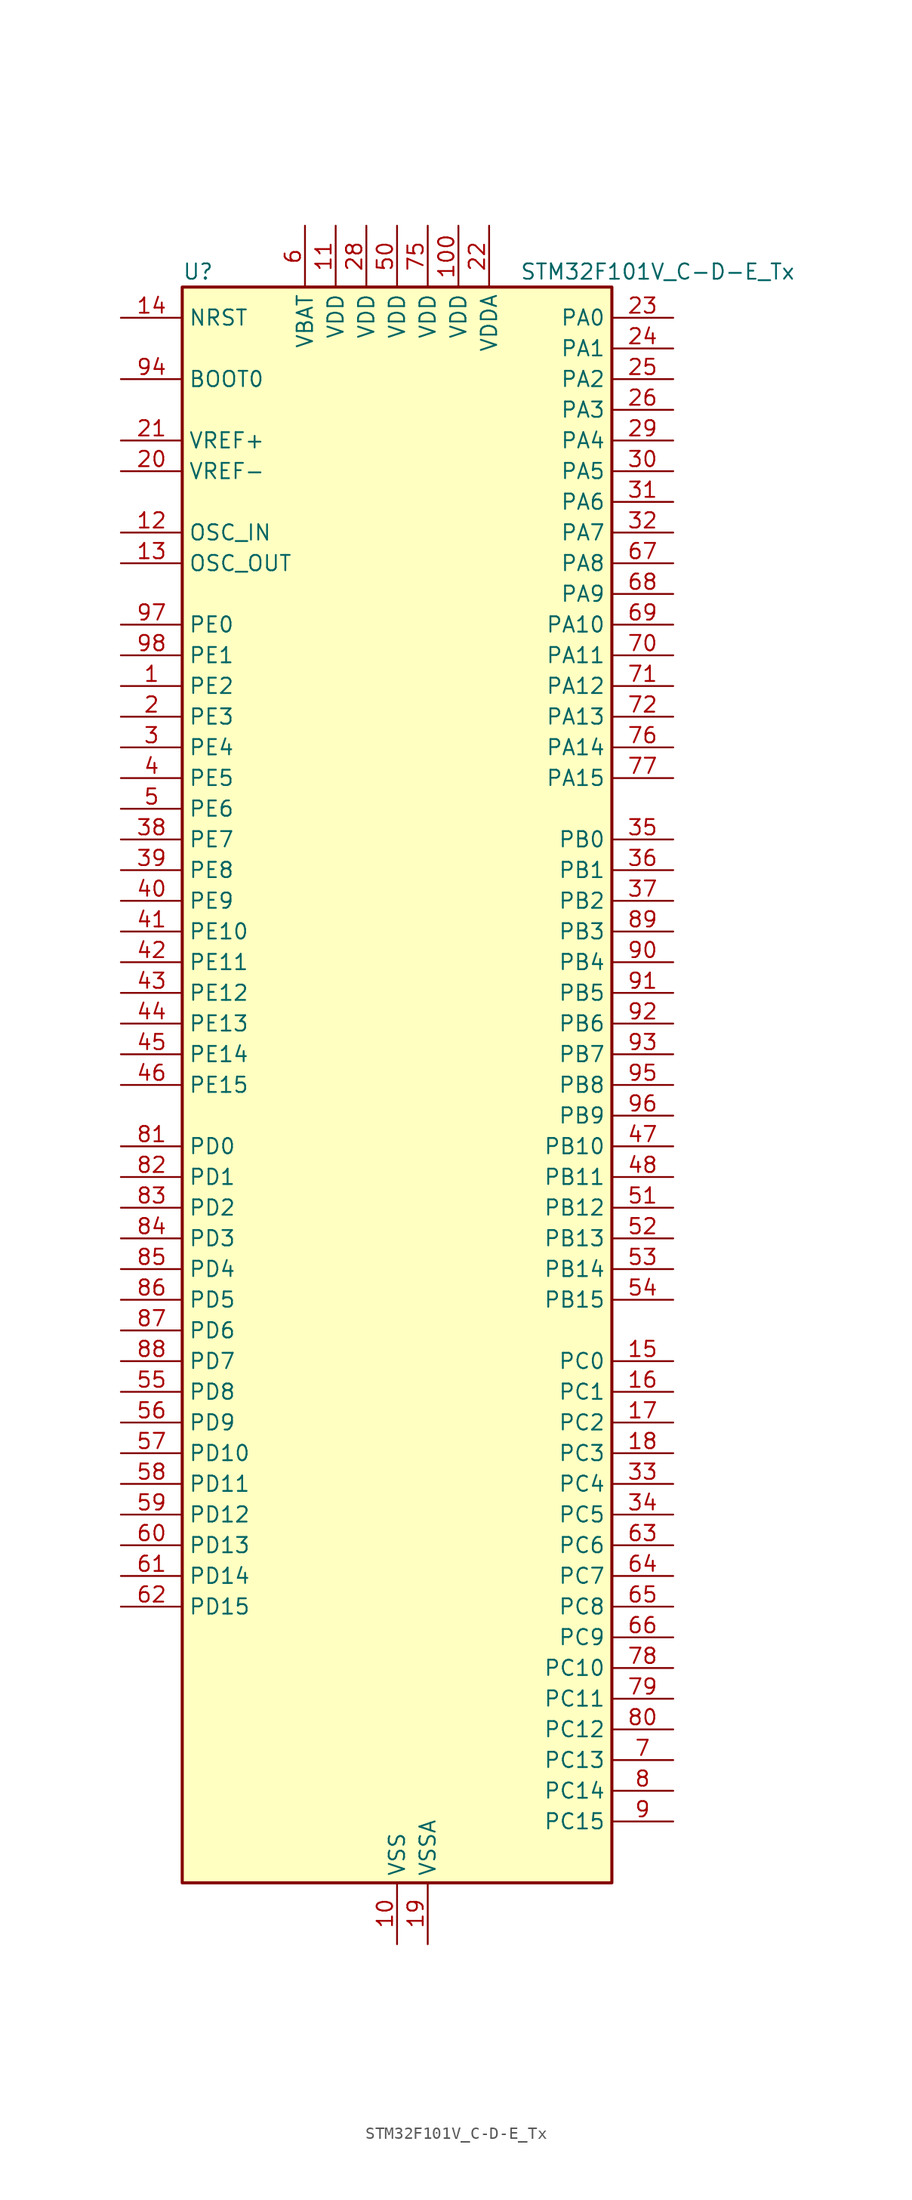
<source format=kicad_sym>
(kicad_symbol_lib
  (version 20220914)
  (generator kicad_symbol_editor)
  (symbol "STM32F101V_C-D-E_Tx"
    (property "Reference" "U"
      (at -17.78 67.31 0)
      (effects (font (size 1.27 1.27)) (justify left)))
    (property "Value" "STM32F101V_C-D-E_Tx"
      (at 10.16 67.31 0)
      (effects (font (size 1.27 1.27)) (justify left)))
    (property "ki_locked" ""
      (at 0 0 0)
      (effects (font (size 1.27 1.27))))
    (symbol "STM32F101V_C-D-E_Tx_0_1"
      (rectangle (start -17.78 -66.04) (end 17.78 66.04) (stroke (width 0.254) (type default)) (fill (type background))))
    (symbol "STM32F101V_C-D-E_Tx_1_1"
      (pin bidirectional line (at -22.86 33.02 0) (length 5.08) (name "PE2" (effects (font (size 1.27 1.27)))) (number "1" (effects (font (size 1.27 1.27)))) (alternate "FSMC_A23" bidirectional line) (alternate "SYS_TRACECLK" bidirectional line))
      (pin power_in line (at 0 -71.12 90) (length 5.08) (name "VSS" (effects (font (size 1.27 1.27)))) (number "10" (effects (font (size 1.27 1.27)))))
      (pin power_in line (at 5.08 71.12 270) (length 5.08) (name "VDD" (effects (font (size 1.27 1.27)))) (number "100" (effects (font (size 1.27 1.27)))))
      (pin power_in line (at -5.08 71.12 270) (length 5.08) (name "VDD" (effects (font (size 1.27 1.27)))) (number "11" (effects (font (size 1.27 1.27)))))
      (pin input line (at -22.86 45.72 0) (length 5.08) (name "OSC_IN" (effects (font (size 1.27 1.27)))) (number "12" (effects (font (size 1.27 1.27)))) (alternate "RCC_OSC_IN" bidirectional line))
      (pin input line (at -22.86 43.18 0) (length 5.08) (name "OSC_OUT" (effects (font (size 1.27 1.27)))) (number "13" (effects (font (size 1.27 1.27)))) (alternate "RCC_OSC_OUT" bidirectional line))
      (pin input line (at -22.86 63.5 0) (length 5.08) (name "NRST" (effects (font (size 1.27 1.27)))) (number "14" (effects (font (size 1.27 1.27)))))
      (pin bidirectional line (at 22.86 -22.86 180) (length 5.08) (name "PC0" (effects (font (size 1.27 1.27)))) (number "15" (effects (font (size 1.27 1.27)))) (alternate "ADC1_IN10" bidirectional line))
      (pin bidirectional line (at 22.86 -25.4 180) (length 5.08) (name "PC1" (effects (font (size 1.27 1.27)))) (number "16" (effects (font (size 1.27 1.27)))) (alternate "ADC1_IN11" bidirectional line))
      (pin bidirectional line (at 22.86 -27.94 180) (length 5.08) (name "PC2" (effects (font (size 1.27 1.27)))) (number "17" (effects (font (size 1.27 1.27)))) (alternate "ADC1_IN12" bidirectional line))
      (pin bidirectional line (at 22.86 -30.48 180) (length 5.08) (name "PC3" (effects (font (size 1.27 1.27)))) (number "18" (effects (font (size 1.27 1.27)))) (alternate "ADC1_IN13" bidirectional line))
      (pin power_in line (at 2.54 -71.12 90) (length 5.08) (name "VSSA" (effects (font (size 1.27 1.27)))) (number "19" (effects (font (size 1.27 1.27)))))
      (pin bidirectional line (at -22.86 30.48 0) (length 5.08) (name "PE3" (effects (font (size 1.27 1.27)))) (number "2" (effects (font (size 1.27 1.27)))) (alternate "FSMC_A19" bidirectional line) (alternate "SYS_TRACED0" bidirectional line))
      (pin input line (at -22.86 50.8 0) (length 5.08) (name "VREF-" (effects (font (size 1.27 1.27)))) (number "20" (effects (font (size 1.27 1.27)))))
      (pin input line (at -22.86 53.34 0) (length 5.08) (name "VREF+" (effects (font (size 1.27 1.27)))) (number "21" (effects (font (size 1.27 1.27)))))
      (pin power_in line (at 7.62 71.12 270) (length 5.08) (name "VDDA" (effects (font (size 1.27 1.27)))) (number "22" (effects (font (size 1.27 1.27)))))
      (pin bidirectional line (at 22.86 63.5 180) (length 5.08) (name "PA0" (effects (font (size 1.27 1.27)))) (number "23" (effects (font (size 1.27 1.27)))) (alternate "ADC1_IN0" bidirectional line) (alternate "SYS_WKUP" bidirectional line) (alternate "TIM2_CH1" bidirectional line) (alternate "TIM2_ETR" bidirectional line) (alternate "TIM5_CH1" bidirectional line) (alternate "USART2_CTS" bidirectional line))
      (pin bidirectional line (at 22.86 60.96 180) (length 5.08) (name "PA1" (effects (font (size 1.27 1.27)))) (number "24" (effects (font (size 1.27 1.27)))) (alternate "ADC1_IN1" bidirectional line) (alternate "TIM2_CH2" bidirectional line) (alternate "TIM5_CH2" bidirectional line) (alternate "USART2_RTS" bidirectional line))
      (pin bidirectional line (at 22.86 58.42 180) (length 5.08) (name "PA2" (effects (font (size 1.27 1.27)))) (number "25" (effects (font (size 1.27 1.27)))) (alternate "ADC1_IN2" bidirectional line) (alternate "TIM2_CH3" bidirectional line) (alternate "TIM5_CH3" bidirectional line) (alternate "USART2_TX" bidirectional line))
      (pin bidirectional line (at 22.86 55.88 180) (length 5.08) (name "PA3" (effects (font (size 1.27 1.27)))) (number "26" (effects (font (size 1.27 1.27)))) (alternate "ADC1_IN3" bidirectional line) (alternate "TIM2_CH4" bidirectional line) (alternate "TIM5_CH4" bidirectional line) (alternate "USART2_RX" bidirectional line))
      (pin passive line (at 0 -71.12 90) (length 5.08) hide (name "VSS" (effects (font (size 1.27 1.27)))) (number "27" (effects (font (size 1.27 1.27)))))
      (pin power_in line (at -2.54 71.12 270) (length 5.08) (name "VDD" (effects (font (size 1.27 1.27)))) (number "28" (effects (font (size 1.27 1.27)))))
      (pin bidirectional line (at 22.86 53.34 180) (length 5.08) (name "PA4" (effects (font (size 1.27 1.27)))) (number "29" (effects (font (size 1.27 1.27)))) (alternate "ADC1_IN4" bidirectional line) (alternate "DAC_OUT1" bidirectional line) (alternate "SPI1_NSS" bidirectional line) (alternate "USART2_CK" bidirectional line))
      (pin bidirectional line (at -22.86 27.94 0) (length 5.08) (name "PE4" (effects (font (size 1.27 1.27)))) (number "3" (effects (font (size 1.27 1.27)))) (alternate "FSMC_A20" bidirectional line) (alternate "SYS_TRACED1" bidirectional line))
      (pin bidirectional line (at 22.86 50.8 180) (length 5.08) (name "PA5" (effects (font (size 1.27 1.27)))) (number "30" (effects (font (size 1.27 1.27)))) (alternate "ADC1_IN5" bidirectional line) (alternate "DAC_OUT2" bidirectional line) (alternate "SPI1_SCK" bidirectional line))
      (pin bidirectional line (at 22.86 48.26 180) (length 5.08) (name "PA6" (effects (font (size 1.27 1.27)))) (number "31" (effects (font (size 1.27 1.27)))) (alternate "ADC1_IN6" bidirectional line) (alternate "SPI1_MISO" bidirectional line) (alternate "TIM3_CH1" bidirectional line))
      (pin bidirectional line (at 22.86 45.72 180) (length 5.08) (name "PA7" (effects (font (size 1.27 1.27)))) (number "32" (effects (font (size 1.27 1.27)))) (alternate "ADC1_IN7" bidirectional line) (alternate "SPI1_MOSI" bidirectional line) (alternate "TIM3_CH2" bidirectional line))
      (pin bidirectional line (at 22.86 -33.02 180) (length 5.08) (name "PC4" (effects (font (size 1.27 1.27)))) (number "33" (effects (font (size 1.27 1.27)))) (alternate "ADC1_IN14" bidirectional line))
      (pin bidirectional line (at 22.86 -35.56 180) (length 5.08) (name "PC5" (effects (font (size 1.27 1.27)))) (number "34" (effects (font (size 1.27 1.27)))) (alternate "ADC1_IN15" bidirectional line))
      (pin bidirectional line (at 22.86 20.32 180) (length 5.08) (name "PB0" (effects (font (size 1.27 1.27)))) (number "35" (effects (font (size 1.27 1.27)))) (alternate "ADC1_IN8" bidirectional line) (alternate "TIM3_CH3" bidirectional line))
      (pin bidirectional line (at 22.86 17.78 180) (length 5.08) (name "PB1" (effects (font (size 1.27 1.27)))) (number "36" (effects (font (size 1.27 1.27)))) (alternate "ADC1_IN9" bidirectional line) (alternate "TIM3_CH4" bidirectional line))
      (pin bidirectional line (at 22.86 15.24 180) (length 5.08) (name "PB2" (effects (font (size 1.27 1.27)))) (number "37" (effects (font (size 1.27 1.27)))))
      (pin bidirectional line (at -22.86 20.32 0) (length 5.08) (name "PE7" (effects (font (size 1.27 1.27)))) (number "38" (effects (font (size 1.27 1.27)))) (alternate "FSMC_D4" bidirectional line) (alternate "FSMC_DA4" bidirectional line))
      (pin bidirectional line (at -22.86 17.78 0) (length 5.08) (name "PE8" (effects (font (size 1.27 1.27)))) (number "39" (effects (font (size 1.27 1.27)))) (alternate "FSMC_D5" bidirectional line) (alternate "FSMC_DA5" bidirectional line))
      (pin bidirectional line (at -22.86 25.4 0) (length 5.08) (name "PE5" (effects (font (size 1.27 1.27)))) (number "4" (effects (font (size 1.27 1.27)))) (alternate "FSMC_A21" bidirectional line) (alternate "SYS_TRACED2" bidirectional line))
      (pin bidirectional line (at -22.86 15.24 0) (length 5.08) (name "PE9" (effects (font (size 1.27 1.27)))) (number "40" (effects (font (size 1.27 1.27)))) (alternate "DAC_EXTI9" bidirectional line) (alternate "FSMC_D6" bidirectional line) (alternate "FSMC_DA6" bidirectional line))
      (pin bidirectional line (at -22.86 12.7 0) (length 5.08) (name "PE10" (effects (font (size 1.27 1.27)))) (number "41" (effects (font (size 1.27 1.27)))) (alternate "FSMC_D7" bidirectional line) (alternate "FSMC_DA7" bidirectional line))
      (pin bidirectional line (at -22.86 10.16 0) (length 5.08) (name "PE11" (effects (font (size 1.27 1.27)))) (number "42" (effects (font (size 1.27 1.27)))) (alternate "ADC1_EXTI11" bidirectional line) (alternate "FSMC_D8" bidirectional line) (alternate "FSMC_DA8" bidirectional line))
      (pin bidirectional line (at -22.86 7.62 0) (length 5.08) (name "PE12" (effects (font (size 1.27 1.27)))) (number "43" (effects (font (size 1.27 1.27)))) (alternate "FSMC_D9" bidirectional line) (alternate "FSMC_DA9" bidirectional line))
      (pin bidirectional line (at -22.86 5.08 0) (length 5.08) (name "PE13" (effects (font (size 1.27 1.27)))) (number "44" (effects (font (size 1.27 1.27)))) (alternate "FSMC_D10" bidirectional line) (alternate "FSMC_DA10" bidirectional line))
      (pin bidirectional line (at -22.86 2.54 0) (length 5.08) (name "PE14" (effects (font (size 1.27 1.27)))) (number "45" (effects (font (size 1.27 1.27)))) (alternate "FSMC_D11" bidirectional line) (alternate "FSMC_DA11" bidirectional line))
      (pin bidirectional line (at -22.86 0 0) (length 5.08) (name "PE15" (effects (font (size 1.27 1.27)))) (number "46" (effects (font (size 1.27 1.27)))) (alternate "ADC1_EXTI15" bidirectional line) (alternate "FSMC_D12" bidirectional line) (alternate "FSMC_DA12" bidirectional line))
      (pin bidirectional line (at 22.86 -5.08 180) (length 5.08) (name "PB10" (effects (font (size 1.27 1.27)))) (number "47" (effects (font (size 1.27 1.27)))) (alternate "I2C2_SCL" bidirectional line) (alternate "TIM2_CH3" bidirectional line) (alternate "USART3_TX" bidirectional line))
      (pin bidirectional line (at 22.86 -7.62 180) (length 5.08) (name "PB11" (effects (font (size 1.27 1.27)))) (number "48" (effects (font (size 1.27 1.27)))) (alternate "ADC1_EXTI11" bidirectional line) (alternate "I2C2_SDA" bidirectional line) (alternate "TIM2_CH4" bidirectional line) (alternate "USART3_RX" bidirectional line))
      (pin passive line (at 0 -71.12 90) (length 5.08) hide (name "VSS" (effects (font (size 1.27 1.27)))) (number "49" (effects (font (size 1.27 1.27)))))
      (pin bidirectional line (at -22.86 22.86 0) (length 5.08) (name "PE6" (effects (font (size 1.27 1.27)))) (number "5" (effects (font (size 1.27 1.27)))) (alternate "FSMC_A22" bidirectional line) (alternate "SYS_TRACED3" bidirectional line))
      (pin power_in line (at 0 71.12 270) (length 5.08) (name "VDD" (effects (font (size 1.27 1.27)))) (number "50" (effects (font (size 1.27 1.27)))))
      (pin bidirectional line (at 22.86 -10.16 180) (length 5.08) (name "PB12" (effects (font (size 1.27 1.27)))) (number "51" (effects (font (size 1.27 1.27)))) (alternate "I2C2_SMBA" bidirectional line) (alternate "SPI2_NSS" bidirectional line) (alternate "USART3_CK" bidirectional line))
      (pin bidirectional line (at 22.86 -12.7 180) (length 5.08) (name "PB13" (effects (font (size 1.27 1.27)))) (number "52" (effects (font (size 1.27 1.27)))) (alternate "SPI2_SCK" bidirectional line) (alternate "USART3_CTS" bidirectional line))
      (pin bidirectional line (at 22.86 -15.24 180) (length 5.08) (name "PB14" (effects (font (size 1.27 1.27)))) (number "53" (effects (font (size 1.27 1.27)))) (alternate "SPI2_MISO" bidirectional line) (alternate "USART3_RTS" bidirectional line))
      (pin bidirectional line (at 22.86 -17.78 180) (length 5.08) (name "PB15" (effects (font (size 1.27 1.27)))) (number "54" (effects (font (size 1.27 1.27)))) (alternate "ADC1_EXTI15" bidirectional line) (alternate "SPI2_MOSI" bidirectional line))
      (pin bidirectional line (at -22.86 -25.4 0) (length 5.08) (name "PD8" (effects (font (size 1.27 1.27)))) (number "55" (effects (font (size 1.27 1.27)))) (alternate "FSMC_D13" bidirectional line) (alternate "FSMC_DA13" bidirectional line) (alternate "USART3_TX" bidirectional line))
      (pin bidirectional line (at -22.86 -27.94 0) (length 5.08) (name "PD9" (effects (font (size 1.27 1.27)))) (number "56" (effects (font (size 1.27 1.27)))) (alternate "DAC_EXTI9" bidirectional line) (alternate "FSMC_D14" bidirectional line) (alternate "FSMC_DA14" bidirectional line) (alternate "USART3_RX" bidirectional line))
      (pin bidirectional line (at -22.86 -30.48 0) (length 5.08) (name "PD10" (effects (font (size 1.27 1.27)))) (number "57" (effects (font (size 1.27 1.27)))) (alternate "FSMC_D15" bidirectional line) (alternate "FSMC_DA15" bidirectional line) (alternate "USART3_CK" bidirectional line))
      (pin bidirectional line (at -22.86 -33.02 0) (length 5.08) (name "PD11" (effects (font (size 1.27 1.27)))) (number "58" (effects (font (size 1.27 1.27)))) (alternate "ADC1_EXTI11" bidirectional line) (alternate "FSMC_A16" bidirectional line) (alternate "FSMC_CLE" bidirectional line) (alternate "USART3_CTS" bidirectional line))
      (pin bidirectional line (at -22.86 -35.56 0) (length 5.08) (name "PD12" (effects (font (size 1.27 1.27)))) (number "59" (effects (font (size 1.27 1.27)))) (alternate "FSMC_A17" bidirectional line) (alternate "FSMC_ALE" bidirectional line) (alternate "TIM4_CH1" bidirectional line) (alternate "USART3_RTS" bidirectional line))
      (pin power_in line (at -7.62 71.12 270) (length 5.08) (name "VBAT" (effects (font (size 1.27 1.27)))) (number "6" (effects (font (size 1.27 1.27)))))
      (pin bidirectional line (at -22.86 -38.1 0) (length 5.08) (name "PD13" (effects (font (size 1.27 1.27)))) (number "60" (effects (font (size 1.27 1.27)))) (alternate "FSMC_A18" bidirectional line) (alternate "TIM4_CH2" bidirectional line))
      (pin bidirectional line (at -22.86 -40.64 0) (length 5.08) (name "PD14" (effects (font (size 1.27 1.27)))) (number "61" (effects (font (size 1.27 1.27)))) (alternate "FSMC_D0" bidirectional line) (alternate "FSMC_DA0" bidirectional line) (alternate "TIM4_CH3" bidirectional line))
      (pin bidirectional line (at -22.86 -43.18 0) (length 5.08) (name "PD15" (effects (font (size 1.27 1.27)))) (number "62" (effects (font (size 1.27 1.27)))) (alternate "ADC1_EXTI15" bidirectional line) (alternate "FSMC_D1" bidirectional line) (alternate "FSMC_DA1" bidirectional line) (alternate "TIM4_CH4" bidirectional line))
      (pin bidirectional line (at 22.86 -38.1 180) (length 5.08) (name "PC6" (effects (font (size 1.27 1.27)))) (number "63" (effects (font (size 1.27 1.27)))) (alternate "TIM3_CH1" bidirectional line))
      (pin bidirectional line (at 22.86 -40.64 180) (length 5.08) (name "PC7" (effects (font (size 1.27 1.27)))) (number "64" (effects (font (size 1.27 1.27)))) (alternate "TIM3_CH2" bidirectional line))
      (pin bidirectional line (at 22.86 -43.18 180) (length 5.08) (name "PC8" (effects (font (size 1.27 1.27)))) (number "65" (effects (font (size 1.27 1.27)))) (alternate "TIM3_CH3" bidirectional line))
      (pin bidirectional line (at 22.86 -45.72 180) (length 5.08) (name "PC9" (effects (font (size 1.27 1.27)))) (number "66" (effects (font (size 1.27 1.27)))) (alternate "DAC_EXTI9" bidirectional line) (alternate "TIM3_CH4" bidirectional line))
      (pin bidirectional line (at 22.86 43.18 180) (length 5.08) (name "PA8" (effects (font (size 1.27 1.27)))) (number "67" (effects (font (size 1.27 1.27)))) (alternate "RCC_MCO" bidirectional line) (alternate "USART1_CK" bidirectional line))
      (pin bidirectional line (at 22.86 40.64 180) (length 5.08) (name "PA9" (effects (font (size 1.27 1.27)))) (number "68" (effects (font (size 1.27 1.27)))) (alternate "DAC_EXTI9" bidirectional line) (alternate "USART1_TX" bidirectional line))
      (pin bidirectional line (at 22.86 38.1 180) (length 5.08) (name "PA10" (effects (font (size 1.27 1.27)))) (number "69" (effects (font (size 1.27 1.27)))) (alternate "USART1_RX" bidirectional line))
      (pin bidirectional line (at 22.86 -55.88 180) (length 5.08) (name "PC13" (effects (font (size 1.27 1.27)))) (number "7" (effects (font (size 1.27 1.27)))) (alternate "RTC_OUT" bidirectional line) (alternate "RTC_TAMPER" bidirectional line))
      (pin bidirectional line (at 22.86 35.56 180) (length 5.08) (name "PA11" (effects (font (size 1.27 1.27)))) (number "70" (effects (font (size 1.27 1.27)))) (alternate "ADC1_EXTI11" bidirectional line) (alternate "USART1_CTS" bidirectional line))
      (pin bidirectional line (at 22.86 33.02 180) (length 5.08) (name "PA12" (effects (font (size 1.27 1.27)))) (number "71" (effects (font (size 1.27 1.27)))) (alternate "USART1_RTS" bidirectional line))
      (pin bidirectional line (at 22.86 30.48 180) (length 5.08) (name "PA13" (effects (font (size 1.27 1.27)))) (number "72" (effects (font (size 1.27 1.27)))) (alternate "SYS_JTMS-SWDIO" bidirectional line))
      (pin no_connect line (at -17.78 -66.04 0) (length 5.08) hide (name "NC" (effects (font (size 1.27 1.27)))) (number "73" (effects (font (size 1.27 1.27)))))
      (pin passive line (at 0 -71.12 90) (length 5.08) hide (name "VSS" (effects (font (size 1.27 1.27)))) (number "74" (effects (font (size 1.27 1.27)))))
      (pin power_in line (at 2.54 71.12 270) (length 5.08) (name "VDD" (effects (font (size 1.27 1.27)))) (number "75" (effects (font (size 1.27 1.27)))))
      (pin bidirectional line (at 22.86 27.94 180) (length 5.08) (name "PA14" (effects (font (size 1.27 1.27)))) (number "76" (effects (font (size 1.27 1.27)))) (alternate "SYS_JTCK-SWCLK" bidirectional line))
      (pin bidirectional line (at 22.86 25.4 180) (length 5.08) (name "PA15" (effects (font (size 1.27 1.27)))) (number "77" (effects (font (size 1.27 1.27)))) (alternate "ADC1_EXTI15" bidirectional line) (alternate "SPI1_NSS" bidirectional line) (alternate "SPI3_NSS" bidirectional line) (alternate "SYS_JTDI" bidirectional line) (alternate "TIM2_CH1" bidirectional line) (alternate "TIM2_ETR" bidirectional line))
      (pin bidirectional line (at 22.86 -48.26 180) (length 5.08) (name "PC10" (effects (font (size 1.27 1.27)))) (number "78" (effects (font (size 1.27 1.27)))) (alternate "UART4_TX" bidirectional line) (alternate "USART3_TX" bidirectional line))
      (pin bidirectional line (at 22.86 -50.8 180) (length 5.08) (name "PC11" (effects (font (size 1.27 1.27)))) (number "79" (effects (font (size 1.27 1.27)))) (alternate "ADC1_EXTI11" bidirectional line) (alternate "UART4_RX" bidirectional line) (alternate "USART3_RX" bidirectional line))
      (pin bidirectional line (at 22.86 -58.42 180) (length 5.08) (name "PC14" (effects (font (size 1.27 1.27)))) (number "8" (effects (font (size 1.27 1.27)))) (alternate "RCC_OSC32_IN" bidirectional line))
      (pin bidirectional line (at 22.86 -53.34 180) (length 5.08) (name "PC12" (effects (font (size 1.27 1.27)))) (number "80" (effects (font (size 1.27 1.27)))) (alternate "UART5_TX" bidirectional line) (alternate "USART3_CK" bidirectional line))
      (pin bidirectional line (at -22.86 -5.08 0) (length 5.08) (name "PD0" (effects (font (size 1.27 1.27)))) (number "81" (effects (font (size 1.27 1.27)))) (alternate "FSMC_D2" bidirectional line) (alternate "FSMC_DA2" bidirectional line))
      (pin bidirectional line (at -22.86 -7.62 0) (length 5.08) (name "PD1" (effects (font (size 1.27 1.27)))) (number "82" (effects (font (size 1.27 1.27)))) (alternate "FSMC_D3" bidirectional line) (alternate "FSMC_DA3" bidirectional line))
      (pin bidirectional line (at -22.86 -10.16 0) (length 5.08) (name "PD2" (effects (font (size 1.27 1.27)))) (number "83" (effects (font (size 1.27 1.27)))) (alternate "TIM3_ETR" bidirectional line) (alternate "UART5_RX" bidirectional line))
      (pin bidirectional line (at -22.86 -12.7 0) (length 5.08) (name "PD3" (effects (font (size 1.27 1.27)))) (number "84" (effects (font (size 1.27 1.27)))) (alternate "FSMC_CLK" bidirectional line) (alternate "USART2_CTS" bidirectional line))
      (pin bidirectional line (at -22.86 -15.24 0) (length 5.08) (name "PD4" (effects (font (size 1.27 1.27)))) (number "85" (effects (font (size 1.27 1.27)))) (alternate "FSMC_NOE" bidirectional line) (alternate "USART2_RTS" bidirectional line))
      (pin bidirectional line (at -22.86 -17.78 0) (length 5.08) (name "PD5" (effects (font (size 1.27 1.27)))) (number "86" (effects (font (size 1.27 1.27)))) (alternate "FSMC_NWE" bidirectional line) (alternate "USART2_TX" bidirectional line))
      (pin bidirectional line (at -22.86 -20.32 0) (length 5.08) (name "PD6" (effects (font (size 1.27 1.27)))) (number "87" (effects (font (size 1.27 1.27)))) (alternate "FSMC_NWAIT" bidirectional line) (alternate "USART2_RX" bidirectional line))
      (pin bidirectional line (at -22.86 -22.86 0) (length 5.08) (name "PD7" (effects (font (size 1.27 1.27)))) (number "88" (effects (font (size 1.27 1.27)))) (alternate "FSMC_NCE2" bidirectional line) (alternate "FSMC_NE1" bidirectional line) (alternate "USART2_CK" bidirectional line))
      (pin bidirectional line (at 22.86 12.7 180) (length 5.08) (name "PB3" (effects (font (size 1.27 1.27)))) (number "89" (effects (font (size 1.27 1.27)))) (alternate "SPI1_SCK" bidirectional line) (alternate "SPI3_SCK" bidirectional line) (alternate "SYS_JTDO-TRACESWO" bidirectional line) (alternate "TIM2_CH2" bidirectional line))
      (pin bidirectional line (at 22.86 -60.96 180) (length 5.08) (name "PC15" (effects (font (size 1.27 1.27)))) (number "9" (effects (font (size 1.27 1.27)))) (alternate "ADC1_EXTI15" bidirectional line) (alternate "RCC_OSC32_OUT" bidirectional line))
      (pin bidirectional line (at 22.86 10.16 180) (length 5.08) (name "PB4" (effects (font (size 1.27 1.27)))) (number "90" (effects (font (size 1.27 1.27)))) (alternate "SPI1_MISO" bidirectional line) (alternate "SPI3_MISO" bidirectional line) (alternate "SYS_NJTRST" bidirectional line) (alternate "TIM3_CH1" bidirectional line))
      (pin bidirectional line (at 22.86 7.62 180) (length 5.08) (name "PB5" (effects (font (size 1.27 1.27)))) (number "91" (effects (font (size 1.27 1.27)))) (alternate "I2C1_SMBA" bidirectional line) (alternate "SPI1_MOSI" bidirectional line) (alternate "SPI3_MOSI" bidirectional line) (alternate "TIM3_CH2" bidirectional line))
      (pin bidirectional line (at 22.86 5.08 180) (length 5.08) (name "PB6" (effects (font (size 1.27 1.27)))) (number "92" (effects (font (size 1.27 1.27)))) (alternate "I2C1_SCL" bidirectional line) (alternate "TIM4_CH1" bidirectional line) (alternate "USART1_TX" bidirectional line))
      (pin bidirectional line (at 22.86 2.54 180) (length 5.08) (name "PB7" (effects (font (size 1.27 1.27)))) (number "93" (effects (font (size 1.27 1.27)))) (alternate "FSMC_NL" bidirectional line) (alternate "I2C1_SDA" bidirectional line) (alternate "TIM4_CH2" bidirectional line) (alternate "USART1_RX" bidirectional line))
      (pin input line (at -22.86 58.42 0) (length 5.08) (name "BOOT0" (effects (font (size 1.27 1.27)))) (number "94" (effects (font (size 1.27 1.27)))))
      (pin bidirectional line (at 22.86 0 180) (length 5.08) (name "PB8" (effects (font (size 1.27 1.27)))) (number "95" (effects (font (size 1.27 1.27)))) (alternate "I2C1_SCL" bidirectional line) (alternate "TIM4_CH3" bidirectional line))
      (pin bidirectional line (at 22.86 -2.54 180) (length 5.08) (name "PB9" (effects (font (size 1.27 1.27)))) (number "96" (effects (font (size 1.27 1.27)))) (alternate "DAC_EXTI9" bidirectional line) (alternate "I2C1_SDA" bidirectional line) (alternate "TIM4_CH4" bidirectional line))
      (pin bidirectional line (at -22.86 38.1 0) (length 5.08) (name "PE0" (effects (font (size 1.27 1.27)))) (number "97" (effects (font (size 1.27 1.27)))) (alternate "FSMC_NBL0" bidirectional line) (alternate "TIM4_ETR" bidirectional line))
      (pin bidirectional line (at -22.86 35.56 0) (length 5.08) (name "PE1" (effects (font (size 1.27 1.27)))) (number "98" (effects (font (size 1.27 1.27)))) (alternate "FSMC_NBL1" bidirectional line))
      (pin passive line (at 0 -71.12 90) (length 5.08) hide (name "VSS" (effects (font (size 1.27 1.27)))) (number "99" (effects (font (size 1.27 1.27))))))))
</source>
